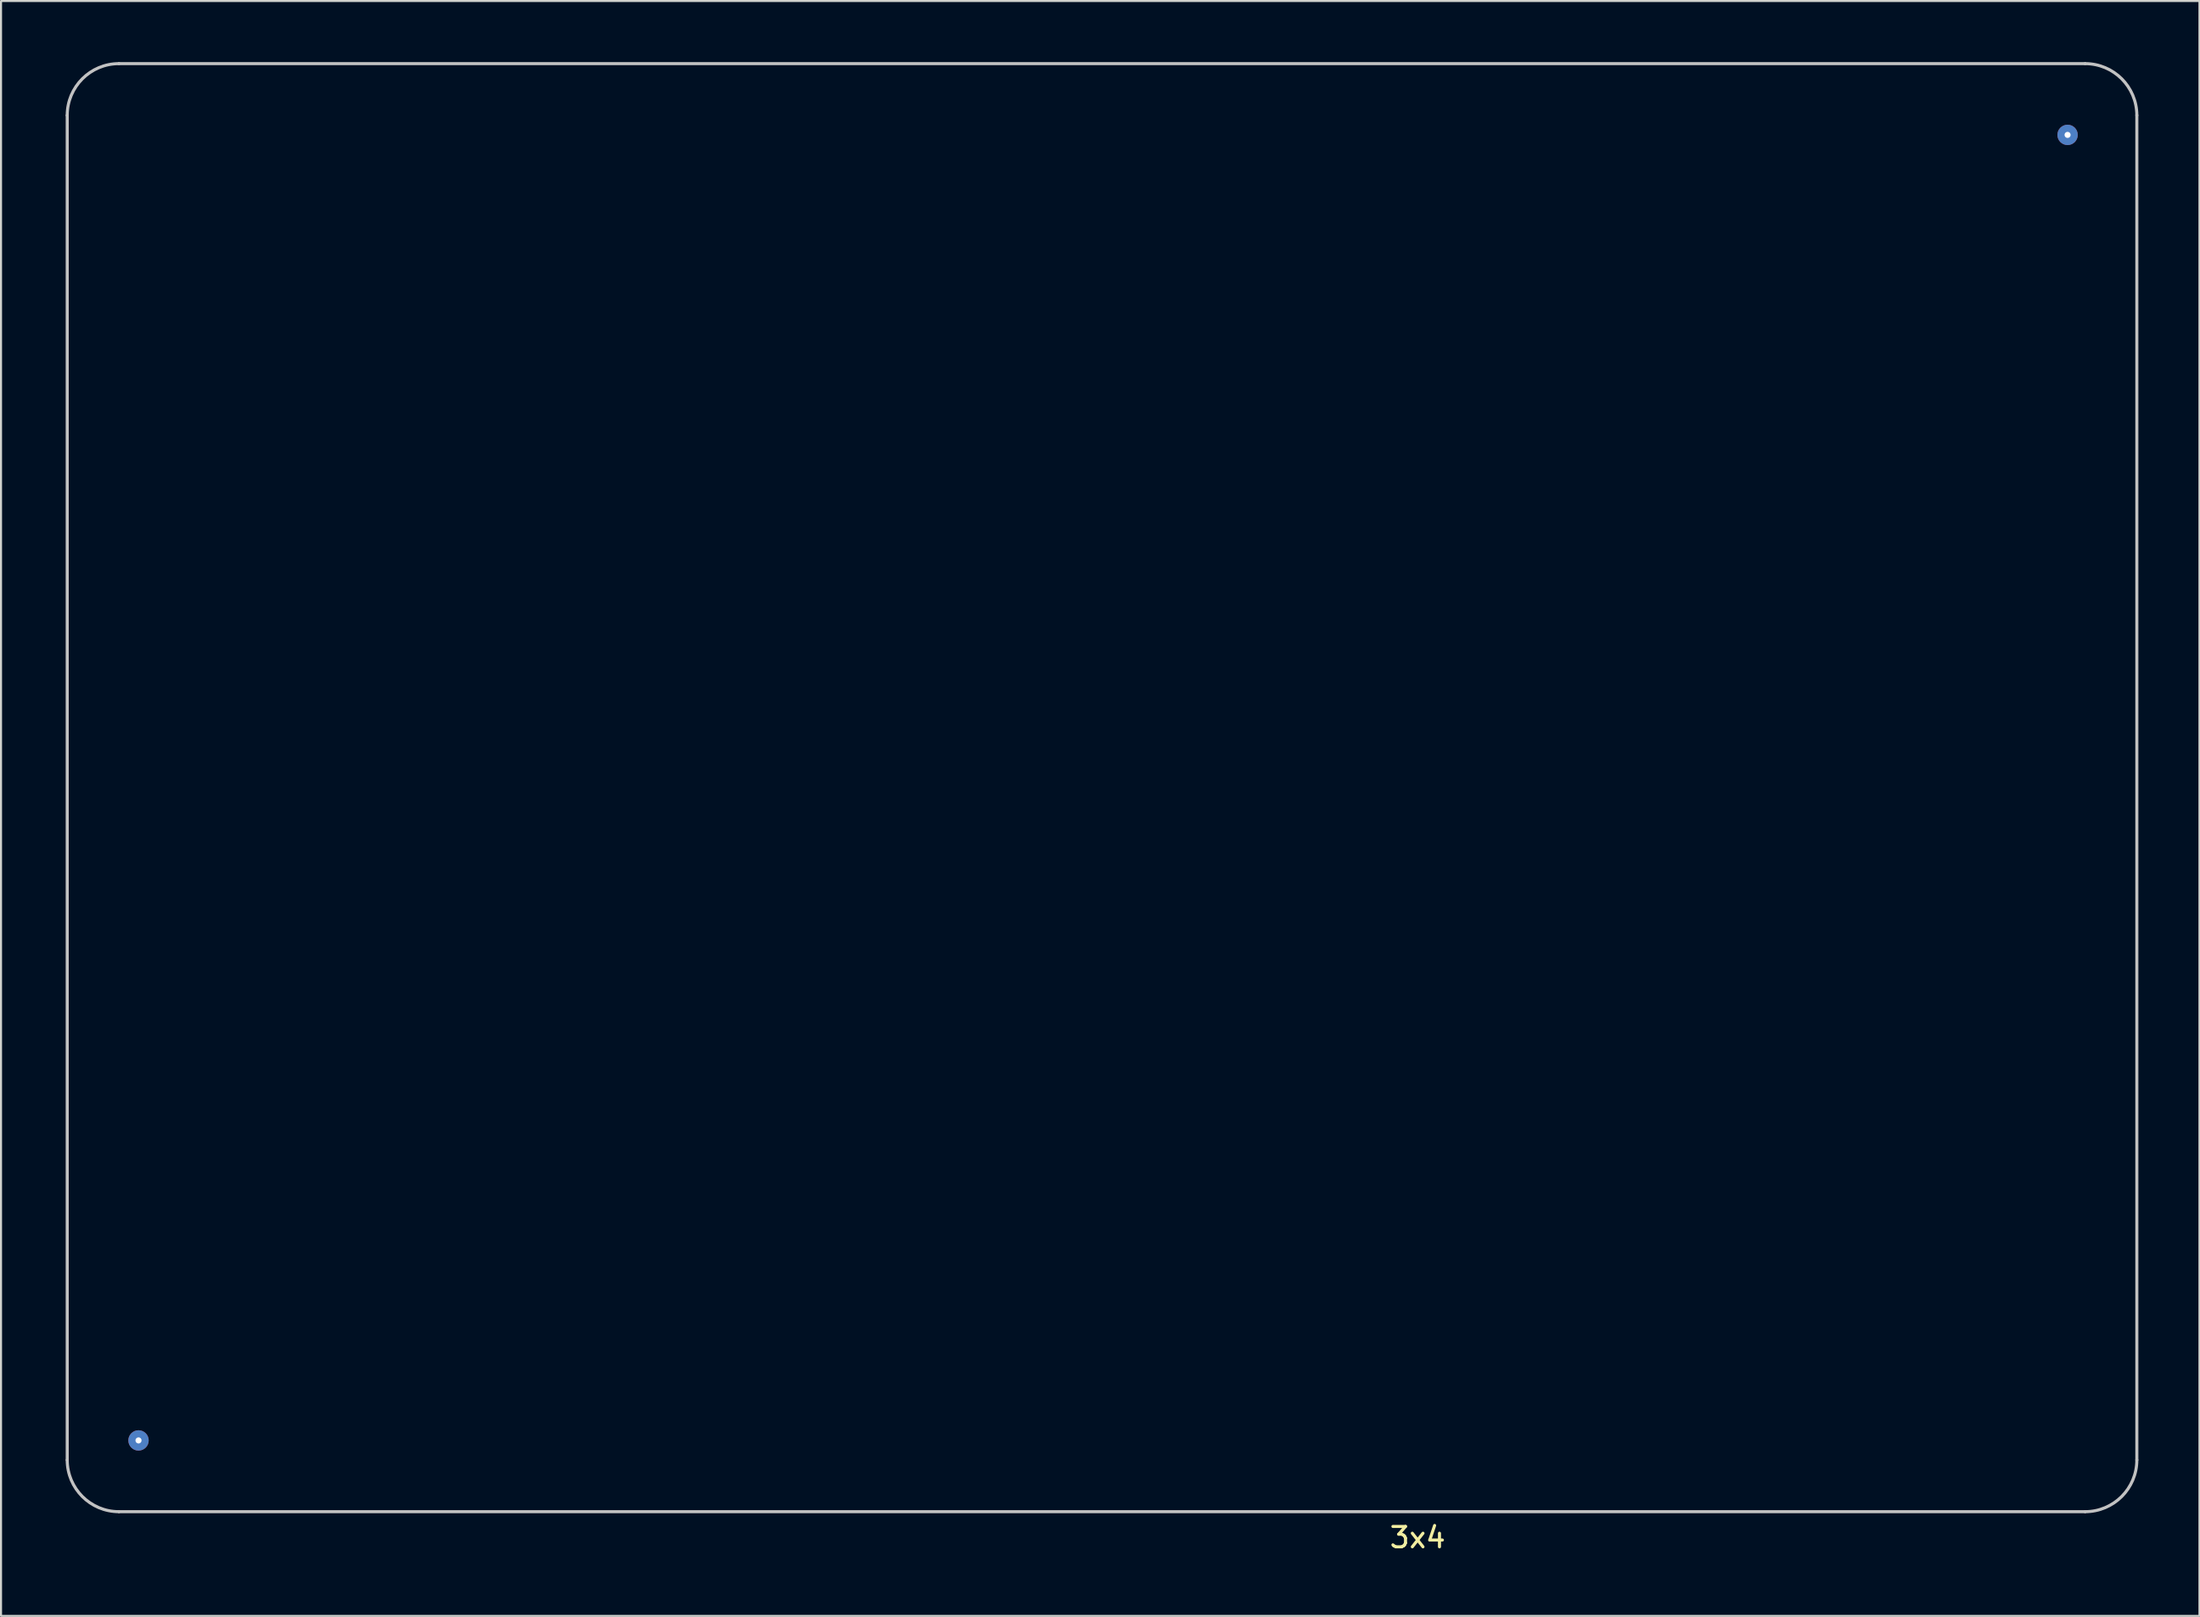
<source format=kicad_pcb>
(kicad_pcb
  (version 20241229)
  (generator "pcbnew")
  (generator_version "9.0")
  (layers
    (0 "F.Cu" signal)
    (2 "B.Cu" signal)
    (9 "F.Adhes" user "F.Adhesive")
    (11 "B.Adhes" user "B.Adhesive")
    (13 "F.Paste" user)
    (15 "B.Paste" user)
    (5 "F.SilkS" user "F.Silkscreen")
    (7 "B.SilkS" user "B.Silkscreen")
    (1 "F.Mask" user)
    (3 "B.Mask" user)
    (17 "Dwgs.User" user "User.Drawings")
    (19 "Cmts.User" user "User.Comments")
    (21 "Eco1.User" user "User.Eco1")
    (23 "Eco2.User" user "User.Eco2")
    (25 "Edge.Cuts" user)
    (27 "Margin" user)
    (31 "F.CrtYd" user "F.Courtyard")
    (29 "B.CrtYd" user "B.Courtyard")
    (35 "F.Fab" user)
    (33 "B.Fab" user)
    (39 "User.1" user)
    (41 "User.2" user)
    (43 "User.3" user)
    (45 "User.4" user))
  (footprint "3x4"
    (layer "F.Cu")
    (at 0.25 71.195)
    (property "Reference" "3x4" (at 66.294 1.27 180) (layer "F.SilkS") (effects (font (size 1 1) (thickness 0.15))))
    (attr through_hole)
    (fp_line (start 0 -2.54) (end 0 -68.58) (stroke (width 0.15) (type solid)) (layer "Dwgs.User"))
    (fp_line (start 2.54 -71.12) (end 99.06 -71.12) (stroke (width 0.15) (type solid)) (layer "Dwgs.User"))
    (fp_line (start 99.06 0) (end 2.54 0) (stroke (width 0.15) (type solid)) (layer "Dwgs.User"))
    (fp_line (start 101.6 -68.58) (end 101.6 -2.54) (stroke (width 0.15) (type solid)) (layer "Dwgs.User"))
    (fp_arc (start 0 -68.58) (mid 0.743949 -70.376051) (end 2.54 -71.12) (stroke (width 0.15) (type solid)) (layer "Dwgs.User"))
    (fp_arc (start 2.54 0) (mid 0.743949 -0.743949) (end 0 -2.54) (stroke (width 0.15) (type solid)) (layer "Dwgs.User"))
    (fp_arc (start 99.06 -71.12) (mid 100.856051 -70.376051) (end 101.6 -68.58) (stroke (width 0.15) (type solid)) (layer "Dwgs.User"))
    (fp_arc (start 101.6 -2.54) (mid 100.856051 -0.743949) (end 99.06 0) (stroke (width 0.15) (type solid)) (layer "Dwgs.User"))
    (pad "~" thru_hole circle (at 3.5 -3.5) (size 1 1) (drill 0.3) (layers "*.Cu"))
    (pad "~" thru_hole circle (at 98.2 -67.62) (size 1 1) (drill 0.3) (layers "*.Cu")))
  (gr_rect
    (start -3 -3)
    (end 104.925 76.313)
    (stroke (width 0.1) (type default))
    (fill no)
    (layer "Edge.Cuts")))
</source>
